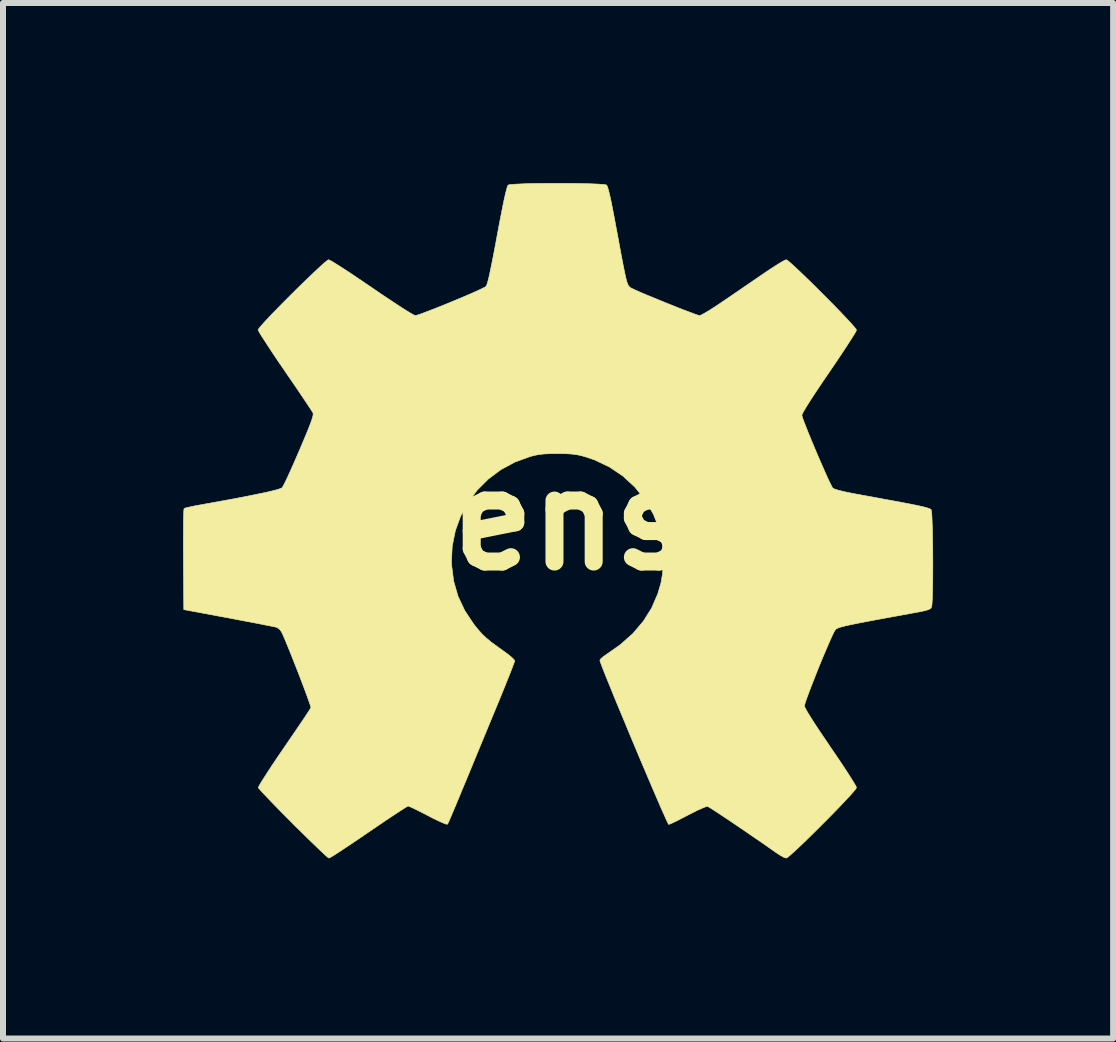
<source format=kicad_pcb>
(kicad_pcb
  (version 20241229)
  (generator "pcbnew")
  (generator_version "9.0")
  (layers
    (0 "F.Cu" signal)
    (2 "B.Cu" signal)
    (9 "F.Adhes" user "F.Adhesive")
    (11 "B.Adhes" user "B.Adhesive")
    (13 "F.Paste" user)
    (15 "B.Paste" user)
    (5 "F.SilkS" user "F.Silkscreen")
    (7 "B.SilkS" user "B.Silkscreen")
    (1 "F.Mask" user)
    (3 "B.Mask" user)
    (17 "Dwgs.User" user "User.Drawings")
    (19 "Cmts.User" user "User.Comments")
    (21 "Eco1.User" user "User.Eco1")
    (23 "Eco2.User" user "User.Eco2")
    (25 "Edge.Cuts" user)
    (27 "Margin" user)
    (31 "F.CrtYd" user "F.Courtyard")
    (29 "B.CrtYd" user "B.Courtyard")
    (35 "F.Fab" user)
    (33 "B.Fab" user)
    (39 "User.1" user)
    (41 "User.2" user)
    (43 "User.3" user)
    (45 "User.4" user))
  (footprint "openscr"
    (layer "F.Cu")
    (at 6.224 5.616)
    (property "Reference" "openscr" (at 0 0 0) (layer "F.SilkS") (effects (font (size 1.524 1.524) (thickness 0.3))))
    (attr through_hole)
    (fp_poly (pts (xy 0.129 -5.611) (xy 0.288 -5.61) (xy 0.437 -5.607) (xy 0.571 -5.604) (xy 0.683 -5.599) (xy 0.768 -5.594) (xy 0.819 -5.587) (xy 0.831 -5.583) (xy 0.843 -5.563) (xy 0.858 -5.517) (xy 0.877 -5.444) (xy 0.901 -5.339) (xy 0.929 -5.202) (xy 0.962 -5.028) (xy 1.002 -4.815) (xy 1.004 -4.805) (xy 1.044 -4.588) (xy 1.077 -4.409) (xy 1.105 -4.264) (xy 1.128 -4.149) (xy 1.147 -4.06) (xy 1.163 -3.994) (xy 1.178 -3.946) (xy 1.193 -3.913) (xy 1.207 -3.892) (xy 1.224 -3.877) (xy 1.242 -3.866) (xy 1.255 -3.86) (xy 1.308 -3.835) (xy 1.389 -3.799) (xy 1.492 -3.755) (xy 1.612 -3.706) (xy 1.74 -3.653) (xy 1.872 -3.6) (xy 2.001 -3.548) (xy 2.121 -3.501) (xy 2.226 -3.462) (xy 2.308 -3.431) (xy 2.363 -3.412) (xy 2.382 -3.408) (xy 2.412 -3.419) (xy 2.471 -3.452) (xy 2.553 -3.501) (xy 2.651 -3.564) (xy 2.76 -3.637) (xy 2.785 -3.654) (xy 2.923 -3.748) (xy 3.076 -3.853) (xy 3.232 -3.96) (xy 3.377 -4.059) (xy 3.465 -4.119) (xy 3.569 -4.189) (xy 3.664 -4.25) (xy 3.742 -4.298) (xy 3.798 -4.329) (xy 3.825 -4.339) (xy 3.849 -4.325) (xy 3.899 -4.283) (xy 3.969 -4.219) (xy 4.057 -4.137) (xy 4.158 -4.04) (xy 4.268 -3.933) (xy 4.382 -3.819) (xy 4.498 -3.703) (xy 4.611 -3.589) (xy 4.716 -3.481) (xy 4.81 -3.382) (xy 4.889 -3.297) (xy 4.949 -3.23) (xy 4.986 -3.185) (xy 4.995 -3.167) (xy 4.984 -3.141) (xy 4.951 -3.085) (xy 4.898 -3.002) (xy 4.83 -2.896) (xy 4.748 -2.772) (xy 4.655 -2.633) (xy 4.554 -2.484) (xy 4.54 -2.464) (xy 4.414 -2.279) (xy 4.307 -2.119) (xy 4.219 -1.984) (xy 4.153 -1.878) (xy 4.108 -1.802) (xy 4.087 -1.757) (xy 4.085 -1.749) (xy 4.093 -1.716) (xy 4.116 -1.651) (xy 4.152 -1.559) (xy 4.196 -1.447) (xy 4.248 -1.321) (xy 4.304 -1.187) (xy 4.362 -1.05) (xy 4.42 -0.918) (xy 4.473 -0.796) (xy 4.521 -0.69) (xy 4.561 -0.607) (xy 4.589 -0.552) (xy 4.601 -0.533) (xy 4.634 -0.517) (xy 4.699 -0.497) (xy 4.789 -0.475) (xy 4.895 -0.453) (xy 4.904 -0.451) (xy 5.005 -0.432) (xy 5.138 -0.408) (xy 5.292 -0.38) (xy 5.456 -0.349) (xy 5.622 -0.319) (xy 5.694 -0.306) (xy 5.872 -0.272) (xy 6.011 -0.244) (xy 6.114 -0.221) (xy 6.185 -0.201) (xy 6.226 -0.185) (xy 6.239 -0.175) (xy 6.245 -0.146) (xy 6.251 -0.081) (xy 6.255 0.015) (xy 6.259 0.137) (xy 6.262 0.277) (xy 6.265 0.43) (xy 6.266 0.591) (xy 6.267 0.753) (xy 6.266 0.911) (xy 6.265 1.059) (xy 6.262 1.192) (xy 6.259 1.302) (xy 6.254 1.386) (xy 6.249 1.435) (xy 6.246 1.444) (xy 6.236 1.464) (xy 6.216 1.48) (xy 6.181 1.495) (xy 6.124 1.51) (xy 6.039 1.528) (xy 5.918 1.55) (xy 5.913 1.551) (xy 5.656 1.598) (xy 5.438 1.638) (xy 5.255 1.672) (xy 5.103 1.701) (xy 4.981 1.725) (xy 4.883 1.745) (xy 4.808 1.762) (xy 4.751 1.776) (xy 4.71 1.788) (xy 4.682 1.799) (xy 4.662 1.81) (xy 4.648 1.821) (xy 4.643 1.826) (xy 4.624 1.857) (xy 4.592 1.922) (xy 4.55 2.015) (xy 4.501 2.129) (xy 4.446 2.257) (xy 4.389 2.395) (xy 4.332 2.536) (xy 4.278 2.674) (xy 4.228 2.802) (xy 4.186 2.915) (xy 4.153 3.006) (xy 4.133 3.07) (xy 4.128 3.098) (xy 4.14 3.129) (xy 4.175 3.192) (xy 4.232 3.285) (xy 4.308 3.404) (xy 4.403 3.547) (xy 4.515 3.712) (xy 4.561 3.781) (xy 4.661 3.927) (xy 4.753 4.064) (xy 4.834 4.187) (xy 4.901 4.292) (xy 4.952 4.374) (xy 4.985 4.43) (xy 4.995 4.455) (xy 4.981 4.48) (xy 4.939 4.531) (xy 4.876 4.602) (xy 4.793 4.69) (xy 4.697 4.792) (xy 4.59 4.902) (xy 4.476 5.017) (xy 4.36 5.133) (xy 4.246 5.246) (xy 4.138 5.352) (xy 4.039 5.446) (xy 3.954 5.525) (xy 3.887 5.585) (xy 3.842 5.621) (xy 3.825 5.63) (xy 3.789 5.619) (xy 3.732 5.588) (xy 3.664 5.544) (xy 3.655 5.538) (xy 3.547 5.462) (xy 3.426 5.377) (xy 3.295 5.288) (xy 3.161 5.196) (xy 3.028 5.105) (xy 2.901 5.019) (xy 2.784 4.941) (xy 2.682 4.873) (xy 2.6 4.82) (xy 2.543 4.784) (xy 2.516 4.769) (xy 2.515 4.768) (xy 2.485 4.774) (xy 2.426 4.798) (xy 2.343 4.835) (xy 2.246 4.884) (xy 2.187 4.914) (xy 2.085 4.967) (xy 1.995 5.013) (xy 1.923 5.047) (xy 1.878 5.066) (xy 1.867 5.069) (xy 1.855 5.05) (xy 1.829 4.996) (xy 1.791 4.91) (xy 1.74 4.797) (xy 1.681 4.66) (xy 1.613 4.502) (xy 1.539 4.329) (xy 1.46 4.143) (xy 1.377 3.948) (xy 1.294 3.749) (xy 1.21 3.549) (xy 1.128 3.351) (xy 1.049 3.161) (xy 0.974 2.981) (xy 0.907 2.815) (xy 0.847 2.668) (xy 0.797 2.543) (xy 0.758 2.444) (xy 0.732 2.374) (xy 0.72 2.338) (xy 0.72 2.335) (xy 0.736 2.309) (xy 0.779 2.272) (xy 0.81 2.251) (xy 1.06 2.075) (xy 1.272 1.887) (xy 1.445 1.683) (xy 1.583 1.463) (xy 1.686 1.224) (xy 1.739 1.042) (xy 1.765 0.886) (xy 1.776 0.709) (xy 1.773 0.526) (xy 1.756 0.35) (xy 1.725 0.195) (xy 1.715 0.159) (xy 1.61 -0.103) (xy 1.472 -0.34) (xy 1.303 -0.551) (xy 1.105 -0.734) (xy 0.881 -0.885) (xy 0.634 -1.003) (xy 0.497 -1.05) (xy 0.41 -1.075) (xy 0.333 -1.091) (xy 0.254 -1.101) (xy 0.159 -1.107) (xy 0.036 -1.109) (xy 0.021 -1.109) (xy -0.109 -1.108) (xy -0.21 -1.103) (xy -0.294 -1.094) (xy -0.373 -1.078) (xy -0.439 -1.061) (xy -0.695 -0.968) (xy -0.93 -0.841) (xy -1.14 -0.684) (xy -1.323 -0.501) (xy -1.477 -0.294) (xy -1.6 -0.067) (xy -1.688 0.176) (xy -1.74 0.433) (xy -1.753 0.7) (xy -1.75 0.75) (xy -1.716 1.016) (xy -1.644 1.267) (xy -1.532 1.505) (xy -1.384 1.729) (xy -1.312 1.819) (xy -1.245 1.895) (xy -1.173 1.963) (xy -1.089 2.033) (xy -0.981 2.112) (xy -0.904 2.167) (xy -0.824 2.225) (xy -0.758 2.278) (xy -0.714 2.319) (xy -0.699 2.341) (xy -0.706 2.367) (xy -0.729 2.428) (xy -0.763 2.518) (xy -0.809 2.633) (xy -0.863 2.768) (xy -0.924 2.918) (xy -0.971 3.033) (xy -1.107 3.361) (xy -1.227 3.652) (xy -1.333 3.908) (xy -1.425 4.132) (xy -1.505 4.325) (xy -1.574 4.49) (xy -1.631 4.629) (xy -1.679 4.744) (xy -1.719 4.838) (xy -1.75 4.912) (xy -1.774 4.968) (xy -1.792 5.01) (xy -1.805 5.038) (xy -1.814 5.056) (xy -1.819 5.065) (xy -1.82 5.066) (xy -1.844 5.063) (xy -1.898 5.042) (xy -1.976 5.007) (xy -2.071 4.961) (xy -2.143 4.923) (xy -2.248 4.869) (xy -2.34 4.823) (xy -2.413 4.788) (xy -2.46 4.767) (xy -2.474 4.763) (xy -2.497 4.774) (xy -2.55 4.807) (xy -2.63 4.859) (xy -2.732 4.926) (xy -2.854 5.007) (xy -2.989 5.099) (xy -3.132 5.196) (xy -3.278 5.296) (xy -3.413 5.387) (xy -3.535 5.468) (xy -3.637 5.536) (xy -3.717 5.587) (xy -3.771 5.619) (xy -3.793 5.63) (xy -3.814 5.616) (xy -3.861 5.575) (xy -3.931 5.51) (xy -4.02 5.424) (xy -4.126 5.322) (xy -4.244 5.206) (xy -4.372 5.08) (xy -4.392 5.059) (xy -4.52 4.931) (xy -4.639 4.81) (xy -4.744 4.702) (xy -4.833 4.609) (xy -4.903 4.535) (xy -4.949 4.484) (xy -4.97 4.458) (xy -4.97 4.456) (xy -4.96 4.432) (xy -4.929 4.377) (xy -4.878 4.296) (xy -4.811 4.192) (xy -4.731 4.07) (xy -4.64 3.934) (xy -4.541 3.79) (xy -4.441 3.643) (xy -4.348 3.507) (xy -4.266 3.386) (xy -4.196 3.283) (xy -4.143 3.202) (xy -4.108 3.148) (xy -4.094 3.125) (xy -4.099 3.101) (xy -4.118 3.043) (xy -4.149 2.957) (xy -4.188 2.849) (xy -4.235 2.725) (xy -4.286 2.591) (xy -4.34 2.453) (xy -4.394 2.316) (xy -4.446 2.185) (xy -4.494 2.068) (xy -4.535 1.969) (xy -4.568 1.895) (xy -4.585 1.859) (xy -4.622 1.812) (xy -4.662 1.786) (xy -4.693 1.779) (xy -4.761 1.765) (xy -4.861 1.745) (xy -4.987 1.72) (xy -5.134 1.692) (xy -5.298 1.661) (xy -5.461 1.63) (xy -6.212 1.49) (xy -6.218 0.656) (xy -6.219 0.472) (xy -6.219 0.302) (xy -6.218 0.149) (xy -6.217 0.019) (xy -6.214 -0.084) (xy -6.212 -0.156) (xy -6.208 -0.191) (xy -6.207 -0.193) (xy -6.181 -0.204) (xy -6.122 -0.218) (xy -6.043 -0.235) (xy -6.001 -0.243) (xy -5.69 -0.299) (xy -5.42 -0.348) (xy -5.189 -0.392) (xy -4.997 -0.431) (xy -4.842 -0.463) (xy -4.723 -0.491) (xy -4.638 -0.514) (xy -4.588 -0.532) (xy -4.573 -0.542) (xy -4.555 -0.571) (xy -4.523 -0.634) (xy -4.479 -0.726) (xy -4.427 -0.841) (xy -4.368 -0.973) (xy -4.305 -1.119) (xy -4.286 -1.162) (xy -4.214 -1.333) (xy -4.157 -1.47) (xy -4.114 -1.577) (xy -4.084 -1.657) (xy -4.066 -1.714) (xy -4.057 -1.754) (xy -4.057 -1.779) (xy -4.06 -1.788) (xy -4.076 -1.815) (xy -4.114 -1.873) (xy -4.17 -1.958) (xy -4.242 -2.065) (xy -4.326 -2.19) (xy -4.421 -2.328) (xy -4.523 -2.477) (xy -4.527 -2.484) (xy -4.629 -2.632) (xy -4.722 -2.77) (xy -4.804 -2.895) (xy -4.873 -3.001) (xy -4.927 -3.085) (xy -4.961 -3.143) (xy -4.974 -3.17) (xy -4.974 -3.171) (xy -4.959 -3.195) (xy -4.918 -3.245) (xy -4.854 -3.316) (xy -4.772 -3.403) (xy -4.674 -3.504) (xy -4.567 -3.614) (xy -4.453 -3.728) (xy -4.337 -3.844) (xy -4.222 -3.956) (xy -4.113 -4.061) (xy -4.014 -4.155) (xy -3.929 -4.234) (xy -3.862 -4.294) (xy -3.817 -4.33) (xy -3.799 -4.339) (xy -3.772 -4.327) (xy -3.715 -4.294) (xy -3.632 -4.242) (xy -3.525 -4.173) (xy -3.4 -4.091) (xy -3.261 -3.997) (xy -3.111 -3.895) (xy -3.079 -3.874) (xy -2.928 -3.77) (xy -2.785 -3.675) (xy -2.657 -3.59) (xy -2.546 -3.518) (xy -2.456 -3.462) (xy -2.393 -3.425) (xy -2.359 -3.409) (xy -2.356 -3.408) (xy -2.323 -3.416) (xy -2.257 -3.438) (xy -2.164 -3.473) (xy -2.052 -3.516) (xy -1.926 -3.566) (xy -1.793 -3.62) (xy -1.659 -3.676) (xy -1.529 -3.73) (xy -1.411 -3.781) (xy -1.311 -3.826) (xy -1.235 -3.862) (xy -1.189 -3.886) (xy -1.179 -3.893) (xy -1.167 -3.913) (xy -1.152 -3.956) (xy -1.134 -4.023) (xy -1.113 -4.117) (xy -1.087 -4.243) (xy -1.055 -4.402) (xy -1.018 -4.597) (xy -0.991 -4.743) (xy -0.948 -4.975) (xy -0.91 -5.168) (xy -0.879 -5.322) (xy -0.853 -5.439) (xy -0.832 -5.52) (xy -0.817 -5.568) (xy -0.808 -5.583) (xy -0.778 -5.59) (xy -0.711 -5.596) (xy -0.614 -5.601) (xy -0.492 -5.606) (xy -0.351 -5.609) (xy -0.197 -5.61) (xy -0.035 -5.611) (xy 0.129 -5.611)) (stroke (width 0.01) (type solid)) (fill yes) (layer "F.SilkS")))
  (gr_rect
    (start -3 -3)
    (end 15.495 14.252)
    (stroke (width 0.1) (type default))
    (fill no)
    (layer "Edge.Cuts")))
</source>
